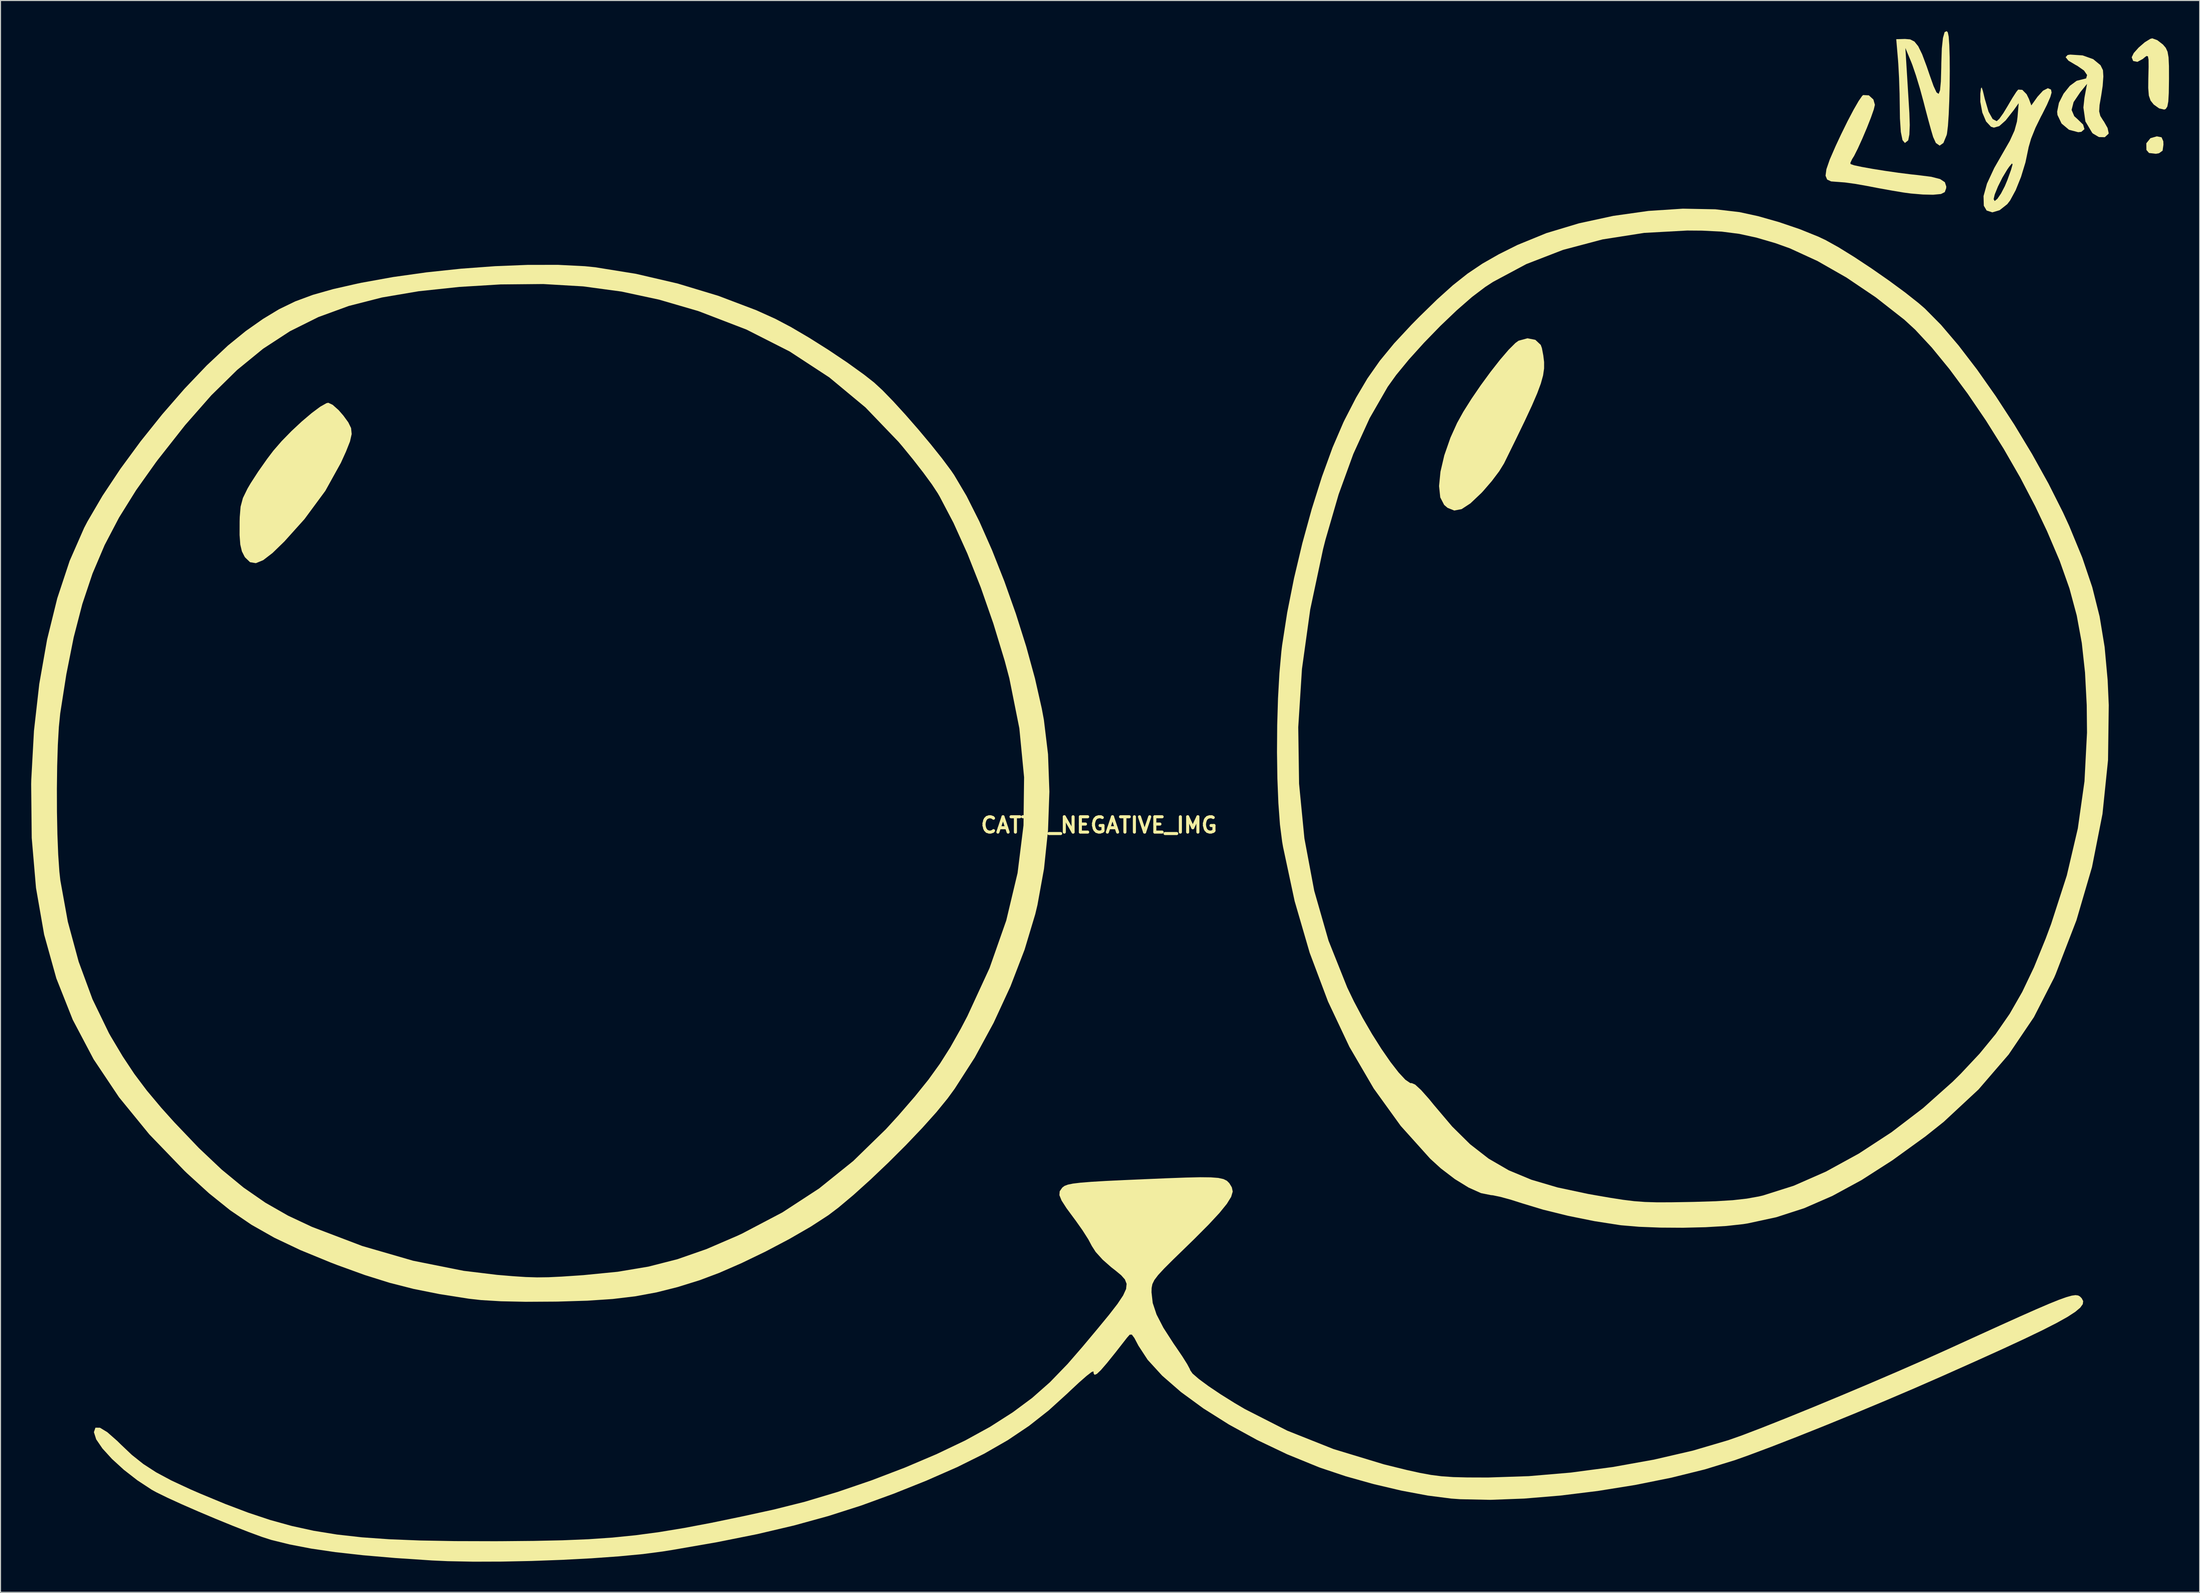
<source format=kicad_pcb>
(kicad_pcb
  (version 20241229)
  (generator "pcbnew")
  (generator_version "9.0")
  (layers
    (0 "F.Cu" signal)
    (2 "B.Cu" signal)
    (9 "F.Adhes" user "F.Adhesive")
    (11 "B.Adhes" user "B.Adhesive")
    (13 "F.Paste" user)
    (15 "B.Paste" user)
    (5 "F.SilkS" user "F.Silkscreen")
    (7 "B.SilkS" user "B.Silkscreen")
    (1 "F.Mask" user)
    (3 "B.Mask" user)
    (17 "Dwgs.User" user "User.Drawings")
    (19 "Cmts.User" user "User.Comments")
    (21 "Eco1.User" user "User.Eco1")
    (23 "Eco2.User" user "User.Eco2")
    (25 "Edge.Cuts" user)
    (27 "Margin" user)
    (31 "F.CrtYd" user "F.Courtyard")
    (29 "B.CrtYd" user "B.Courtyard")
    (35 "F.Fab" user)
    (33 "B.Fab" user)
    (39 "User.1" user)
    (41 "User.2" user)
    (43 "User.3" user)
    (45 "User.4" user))
  (footprint "CATTO_NEGATIVE_IMG"
    (layer "F.Cu")
    (at 104.496 77.713)
    (property "Reference" "CATTO_NEGATIVE_IMG" (at 0 0 0) (layer "F.SilkS") (effects (font (size 1.5 1.5) (thickness 0.3))))
    (attr board_only exclude_from_pos_files exclude_from_bom)
    (fp_poly (pts (xy 103.984 -67.325) (xy 104.153 -66.937) (xy 104.167 -66.607) (xy 104.085 -66.015) (xy 103.735 -65.765) (xy 103.422 -65.711) (xy 102.756 -65.788) (xy 102.501 -66.086) (xy 102.491 -66.739) (xy 102.894 -67.238) (xy 103.521 -67.418)) (stroke (width 0) (type solid)) (fill yes) (layer "F.SilkS"))
    (fp_poly (pts (xy 103.568 -76.83) (xy 104.121 -76.403) (xy 104.394 -76.082) (xy 104.569 -75.703) (xy 104.667 -75.146) (xy 104.707 -74.291) (xy 104.71 -73.02) (xy 104.709 -72.96) (xy 104.69 -71.671) (xy 104.642 -70.827) (xy 104.548 -70.335) (xy 104.395 -70.1) (xy 104.244 -70.038) (xy 103.745 -70.153) (xy 103.215 -70.532) (xy 102.905 -70.921) (xy 102.737 -71.408) (xy 102.678 -72.151) (xy 102.687 -73.048) (xy 102.715 -74.215) (xy 102.709 -74.922) (xy 102.647 -75.251) (xy 102.507 -75.283) (xy 102.266 -75.098) (xy 102.157 -74.999) (xy 101.621 -74.708) (xy 101.201 -74.794) (xy 101.06 -75.156) (xy 101.259 -75.568) (xy 101.744 -76.112) (xy 102.343 -76.629) (xy 102.884 -76.962) (xy 103.078 -77.011)) (stroke (width 0) (type solid)) (fill yes) (layer "F.SilkS"))
    (fp_poly (pts (xy -74.992 -41.141) (xy -74.406 -40.62) (xy -73.944 -40.088) (xy -73.462 -39.427) (xy -73.189 -38.865) (xy -73.131 -38.281) (xy -73.295 -37.554) (xy -73.688 -36.563) (xy -74.186 -35.464) (xy -75.708 -32.72) (xy -77.745 -29.959) (xy -79.714 -27.767) (xy -80.877 -26.638) (xy -81.79 -25.937) (xy -82.506 -25.643) (xy -83.078 -25.738) (xy -83.558 -26.2) (xy -83.615 -26.284) (xy -83.875 -26.8) (xy -84.032 -27.464) (xy -84.101 -28.397) (xy -84.097 -29.715) (xy -84.086 -30.147) (xy -84.003 -31.168) (xy -83.776 -32.019) (xy -83.326 -32.942) (xy -83.023 -33.458) (xy -82.279 -34.608) (xy -81.406 -35.848) (xy -80.794 -36.655) (xy -79.986 -37.586) (xy -79.031 -38.564) (xy -78.021 -39.506) (xy -77.05 -40.33) (xy -76.212 -40.956) (xy -75.6 -41.301) (xy -75.419 -41.343)) (stroke (width 0) (type solid)) (fill yes) (layer "F.SilkS"))
    (fp_poly (pts (xy 42.704 -47.5) (xy 43.23 -47.006) (xy 43.345 -46.689) (xy 43.481 -45.972) (xy 43.559 -45.328) (xy 43.558 -44.697) (xy 43.459 -44.016) (xy 43.24 -43.224) (xy 42.881 -42.258) (xy 42.363 -41.056) (xy 41.664 -39.556) (xy 40.765 -37.697) (xy 39.644 -35.417) (xy 39.64 -35.408) (xy 39.163 -34.634) (xy 38.435 -33.67) (xy 37.597 -32.699) (xy 37.413 -32.503) (xy 36.349 -31.496) (xy 35.489 -30.933) (xy 34.766 -30.794) (xy 34.111 -31.057) (xy 33.777 -31.345) (xy 33.396 -32.08) (xy 33.28 -33.192) (xy 33.417 -34.593) (xy 33.792 -36.199) (xy 34.392 -37.922) (xy 35.042 -39.361) (xy 35.653 -40.463) (xy 36.45 -41.726) (xy 37.361 -43.059) (xy 38.318 -44.366) (xy 39.249 -45.554) (xy 40.084 -46.528) (xy 40.753 -47.195) (xy 41.063 -47.417) (xy 41.931 -47.653)) (stroke (width 0) (type solid)) (fill yes) (layer "F.SilkS"))
    (fp_poly (pts (xy 75.34 -71.43) (xy 75.784 -71.024) (xy 75.93 -70.506) (xy 75.823 -70.052) (xy 75.543 -69.254) (xy 75.15 -68.256) (xy 74.703 -67.201) (xy 74.264 -66.234) (xy 73.893 -65.496) (xy 73.697 -65.182) (xy 73.526 -64.814) (xy 73.556 -64.703) (xy 73.889 -64.588) (xy 74.64 -64.427) (xy 75.691 -64.238) (xy 76.924 -64.041) (xy 78.222 -63.854) (xy 79.465 -63.698) (xy 80.118 -63.628) (xy 81.449 -63.459) (xy 82.312 -63.237) (xy 82.777 -62.929) (xy 82.917 -62.503) (xy 82.904 -62.333) (xy 82.767 -61.959) (xy 82.396 -61.774) (xy 81.642 -61.704) (xy 81.604 -61.703) (xy 80.629 -61.724) (xy 79.453 -61.823) (xy 78.767 -61.914) (xy 77.627 -62.104) (xy 76.275 -62.348) (xy 75.158 -62.563) (xy 74.041 -62.761) (xy 73.006 -62.904) (xy 72.274 -62.96) (xy 72.263 -62.96) (xy 71.644 -63.007) (xy 71.255 -63.19) (xy 71.1 -63.567) (xy 71.184 -64.2) (xy 71.512 -65.149) (xy 72.088 -66.472) (xy 72.618 -67.605) (xy 73.257 -68.906) (xy 73.848 -70.028) (xy 74.34 -70.881) (xy 74.683 -71.376) (xy 74.781 -71.46)) (stroke (width 0) (type solid)) (fill yes) (layer "F.SilkS"))
    (fp_poly (pts (xy 96.262 -75.34) (xy 97.291 -74.974) (xy 98.008 -74.384) (xy 98.248 -73.895) (xy 98.287 -73.283) (xy 98.22 -72.357) (xy 98.083 -71.447) (xy 97.915 -70.477) (xy 97.878 -69.859) (xy 97.99 -69.414) (xy 98.27 -68.966) (xy 98.345 -68.864) (xy 98.701 -68.236) (xy 98.808 -67.731) (xy 98.793 -67.67) (xy 98.427 -67.334) (xy 97.852 -67.347) (xy 97.261 -67.696) (xy 97.187 -67.773) (xy 96.529 -68.878) (xy 96.334 -70.24) (xy 96.438 -71.204) (xy 96.689 -72.552) (xy 96.031 -71.741) (xy 95.374 -70.768) (xy 95.179 -70.004) (xy 95.441 -69.388) (xy 95.751 -69.11) (xy 96.307 -68.569) (xy 96.437 -68.122) (xy 96.133 -67.859) (xy 95.827 -67.823) (xy 94.925 -68.061) (xy 94.196 -68.672) (xy 93.797 -69.506) (xy 93.764 -69.829) (xy 93.939 -70.698) (xy 94.392 -71.593) (xy 95.008 -72.363) (xy 95.677 -72.856) (xy 96.082 -72.957) (xy 96.601 -73.088) (xy 96.695 -73.419) (xy 96.393 -73.861) (xy 95.727 -74.327) (xy 95.588 -74.398) (xy 94.868 -74.827) (xy 94.594 -75.168) (xy 94.789 -75.379) (xy 95.047 -75.42)) (stroke (width 0) (type solid)) (fill yes) (layer "F.SilkS"))
    (fp_poly (pts (xy 83.066 -77.591) (xy 83.152 -77.178) (xy 83.211 -76.336) (xy 83.246 -75.175) (xy 83.256 -73.805) (xy 83.243 -72.338) (xy 83.208 -70.883) (xy 83.153 -69.551) (xy 83.079 -68.453) (xy 82.987 -67.698) (xy 82.953 -67.546) (xy 82.635 -66.771) (xy 82.267 -66.51) (xy 81.895 -66.77) (xy 81.63 -67.351) (xy 81.438 -67.999) (xy 81.161 -69.003) (xy 80.846 -70.192) (xy 80.691 -70.796) (xy 80.337 -72.094) (xy 79.951 -73.366) (xy 79.597 -74.404) (xy 79.476 -74.714) (xy 78.913 -76.065) (xy 79.037 -74.038) (xy 79.118 -72.723) (xy 79.212 -71.191) (xy 79.299 -69.765) (xy 79.303 -69.715) (xy 79.341 -68.527) (xy 79.303 -67.596) (xy 79.196 -67.054) (xy 79.173 -67.013) (xy 78.866 -66.768) (xy 78.63 -67.05) (xy 78.467 -67.851) (xy 78.381 -69.162) (xy 78.366 -70.147) (xy 78.345 -71.606) (xy 78.294 -73.142) (xy 78.221 -74.495) (xy 78.191 -74.901) (xy 78.019 -76.926) (xy 78.872 -76.951) (xy 79.383 -76.908) (xy 79.799 -76.696) (xy 80.171 -76.237) (xy 80.553 -75.454) (xy 80.997 -74.269) (xy 81.285 -73.425) (xy 81.672 -72.338) (xy 81.962 -71.717) (xy 82.168 -71.576) (xy 82.305 -71.929) (xy 82.386 -72.79) (xy 82.425 -74.174) (xy 82.43 -74.579) (xy 82.479 -76.019) (xy 82.59 -77.046) (xy 82.753 -77.623) (xy 82.963 -77.713)) (stroke (width 0) (type solid)) (fill yes) (layer "F.SilkS"))
    (fp_poly (pts (xy 86.494 -71.876) (xy 86.684 -71.084) (xy 87.053 -69.831) (xy 87.457 -69.108) (xy 87.85 -68.904) (xy 88.095 -69.122) (xy 88.499 -69.689) (xy 88.923 -70.39) (xy 89.389 -71.183) (xy 89.766 -71.766) (xy 89.952 -71.994) (xy 90.356 -71.97) (xy 90.778 -71.539) (xy 91.001 -71.086) (xy 91.238 -70.446) (xy 91.844 -71.296) (xy 92.382 -71.887) (xy 92.855 -72.131) (xy 93.162 -71.998) (xy 93.223 -71.707) (xy 93.1 -71.273) (xy 92.772 -70.516) (xy 92.304 -69.581) (xy 92.176 -69.343) (xy 91.645 -68.26) (xy 91.214 -67.187) (xy 90.969 -66.339) (xy 90.956 -66.262) (xy 90.664 -64.868) (xy 90.228 -63.442) (xy 89.707 -62.147) (xy 89.162 -61.141) (xy 88.883 -60.779) (xy 88.136 -60.189) (xy 87.425 -59.979) (xy 86.864 -60.157) (xy 86.588 -60.626) (xy 86.57 -61.272) (xy 87.549 -61.272) (xy 87.651 -61.087) (xy 87.913 -61.3) (xy 88.267 -61.816) (xy 88.645 -62.543) (xy 88.89 -63.129) (xy 89.252 -64.136) (xy 89.403 -64.672) (xy 89.342 -64.764) (xy 89.07 -64.439) (xy 88.887 -64.176) (xy 88.411 -63.384) (xy 87.972 -62.508) (xy 87.657 -61.732) (xy 87.549 -61.272) (xy 86.57 -61.272) (xy 86.561 -61.571) (xy 86.899 -62.793) (xy 87.611 -64.325) (xy 88.39 -65.683) (xy 89.13 -66.972) (xy 89.59 -67.982) (xy 89.83 -68.856) (xy 89.888 -69.31) (xy 90 -70.661) (xy 89.518 -69.985) (xy 88.726 -68.976) (xy 88.098 -68.418) (xy 87.575 -68.27) (xy 87.29 -68.358) (xy 86.809 -68.874) (xy 86.442 -69.746) (xy 86.246 -70.795) (xy 86.248 -71.606) (xy 86.309 -72.108) (xy 86.379 -72.212)) (stroke (width 0) (type solid)) (fill yes) (layer "F.SilkS"))
    (fp_poly (pts (xy 60.318 -60.278) (xy 62.689 -60.001) (xy 64.506 -59.605) (xy 66.539 -59.027) (xy 68.572 -58.336) (xy 70.387 -57.604) (xy 71.108 -57.263) (xy 72.368 -56.563) (xy 73.909 -55.609) (xy 75.597 -54.493) (xy 77.299 -53.307) (xy 78.88 -52.144) (xy 80.207 -51.095) (xy 80.821 -50.564) (xy 82.399 -48.969) (xy 84.117 -46.953) (xy 85.923 -44.597) (xy 87.76 -41.986) (xy 89.574 -39.2) (xy 91.311 -36.323) (xy 92.915 -33.436) (xy 94.332 -30.622) (xy 94.945 -29.288) (xy 96.221 -26.195) (xy 97.202 -23.29) (xy 97.921 -20.421) (xy 98.412 -17.437) (xy 98.708 -14.184) (xy 98.816 -11.754) (xy 98.744 -6.362) (xy 98.202 -1.097) (xy 97.176 4.105) (xy 95.653 9.309) (xy 93.621 14.579) (xy 93.47 14.929) (xy 91.49 18.795) (xy 89.021 22.446) (xy 86.075 25.866) (xy 82.664 29.04) (xy 80.878 30.462) (xy 77.63 32.81) (xy 74.615 34.742) (xy 71.764 36.291) (xy 69.008 37.491) (xy 66.279 38.374) (xy 63.509 38.974) (xy 63.028 39.051) (xy 61.379 39.232) (xy 59.366 39.35) (xy 57.16 39.403) (xy 54.934 39.39) (xy 52.86 39.31) (xy 51.109 39.162) (xy 50.961 39.143) (xy 48.482 38.757) (xy 45.907 38.237) (xy 43.451 37.63) (xy 41.427 37.017) (xy 40.293 36.656) (xy 39.277 36.379) (xy 38.541 36.226) (xy 38.348 36.209) (xy 37.379 36.013) (xy 36.168 35.469) (xy 34.823 34.641) (xy 33.451 33.593) (xy 32.409 32.643) (xy 29.525 29.433) (xy 26.884 25.772) (xy 24.507 21.701) (xy 22.412 17.261) (xy 20.619 12.492) (xy 19.146 7.434) (xy 18.012 2.129) (xy 17.924 1.621) (xy 17.71 -0.054) (xy 17.555 -2.15) (xy 17.458 -4.55) (xy 17.42 -7.137) (xy 17.438 -9.593) (xy 19.5 -9.593) (xy 19.58 -4.055) (xy 20.102 1.294) (xy 21.064 6.424) (xy 22.463 11.303) (xy 24.297 15.898) (xy 24.944 17.242) (xy 25.805 18.867) (xy 26.72 20.443) (xy 27.642 21.902) (xy 28.525 23.178) (xy 29.32 24.204) (xy 29.982 24.916) (xy 30.464 25.245) (xy 30.614 25.249) (xy 30.942 25.392) (xy 31.523 25.928) (xy 32.301 26.803) (xy 32.769 27.378) (xy 34.56 29.492) (xy 36.318 31.23) (xy 38.135 32.643) (xy 40.104 33.784) (xy 42.317 34.704) (xy 44.866 35.456) (xy 47.843 36.09) (xy 48.451 36.199) (xy 50.021 36.47) (xy 51.282 36.667) (xy 52.371 36.801) (xy 53.422 36.88) (xy 54.572 36.914) (xy 55.956 36.912) (xy 57.711 36.883) (xy 58.231 36.873) (xy 60.339 36.809) (xy 62.024 36.706) (xy 63.401 36.552) (xy 64.587 36.338) (xy 64.986 36.244) (xy 67.987 35.292) (xy 71.139 33.908) (xy 74.356 32.145) (xy 77.552 30.057) (xy 80.64 27.697) (xy 83.533 25.118) (xy 84.324 24.336) (xy 86.171 22.367) (xy 87.747 20.446) (xy 89.118 18.467) (xy 90.347 16.323) (xy 91.499 13.907) (xy 92.638 11.113) (xy 93.178 9.664) (xy 94.708 4.931) (xy 95.788 0.324) (xy 96.44 -4.293) (xy 96.687 -9.058) (xy 96.659 -11.754) (xy 96.492 -14.948) (xy 96.177 -17.83) (xy 95.681 -20.527) (xy 94.97 -23.166) (xy 94.012 -25.874) (xy 92.773 -28.779) (xy 91.618 -31.21) (xy 90.153 -34.02) (xy 88.527 -36.844) (xy 86.794 -39.607) (xy 85.008 -42.23) (xy 83.224 -44.637) (xy 81.494 -46.751) (xy 79.872 -48.495) (xy 78.813 -49.47) (xy 76.011 -51.665) (xy 73.147 -53.598) (xy 70.316 -55.214) (xy 67.614 -56.455) (xy 66.202 -56.961) (xy 64.335 -57.507) (xy 62.648 -57.875) (xy 60.947 -58.093) (xy 59.037 -58.189) (xy 57.555 -58.199) (xy 53.35 -57.968) (xy 49.278 -57.33) (xy 45.409 -56.305) (xy 41.814 -54.913) (xy 38.564 -53.174) (xy 37.798 -52.676) (xy 36.503 -51.695) (xy 35.002 -50.384) (xy 33.401 -48.855) (xy 31.809 -47.216) (xy 30.332 -45.58) (xy 29.08 -44.056) (xy 28.255 -42.905) (xy 26.487 -39.833) (xy 24.889 -36.331) (xy 23.45 -32.37) (xy 22.158 -27.919) (xy 21.93 -27.021) (xy 20.672 -21.108) (xy 19.863 -15.288) (xy 19.5 -9.593) (xy 17.438 -9.593) (xy 17.44 -9.794) (xy 17.518 -12.405) (xy 17.655 -14.853) (xy 17.85 -17.021) (xy 17.92 -17.599) (xy 18.418 -20.807) (xy 19.088 -24.176) (xy 19.899 -27.591) (xy 20.819 -30.937) (xy 21.816 -34.099) (xy 22.858 -36.964) (xy 23.914 -39.417) (xy 24.033 -39.663) (xy 25.158 -41.845) (xy 26.271 -43.725) (xy 27.477 -45.445) (xy 28.875 -47.146) (xy 30.57 -48.969) (xy 31.331 -49.741) (xy 33.09 -51.458) (xy 34.629 -52.843) (xy 36.068 -53.982) (xy 37.526 -54.963) (xy 39.122 -55.873) (xy 40.946 -56.786) (xy 43.788 -57.948) (xy 46.96 -58.903) (xy 50.331 -59.634) (xy 53.769 -60.119) (xy 57.141 -60.34)) (stroke (width 0) (type solid)) (fill yes) (layer "F.SilkS"))
    (fp_poly (pts (xy -50.313 -54.709) (xy -49.296 -54.605) (xy -45.304 -53.961) (xy -41.235 -53.014) (xy -37.259 -51.812) (xy -33.543 -50.403) (xy -31.666 -49.555) (xy -30.147 -48.754) (xy -28.366 -47.708) (xy -26.476 -46.516) (xy -24.632 -45.279) (xy -22.988 -44.095) (xy -22.006 -43.323) (xy -21.186 -42.567) (xy -20.132 -41.481) (xy -18.933 -40.168) (xy -17.679 -38.731) (xy -16.458 -37.273) (xy -15.36 -35.898) (xy -14.473 -34.708) (xy -14.176 -34.273) (xy -12.961 -32.222) (xy -11.711 -29.736) (xy -10.466 -26.919) (xy -9.261 -23.871) (xy -8.134 -20.695) (xy -7.123 -17.492) (xy -6.265 -14.364) (xy -5.597 -11.413) (xy -5.392 -10.309) (xy -4.986 -6.942) (xy -4.854 -3.28) (xy -4.987 0.511) (xy -5.379 4.265) (xy -6.022 7.815) (xy -6.237 8.714) (xy -7.28 12.185) (xy -8.663 15.782) (xy -10.313 19.352) (xy -12.156 22.742) (xy -14.12 25.798) (xy -14.815 26.75) (xy -15.904 28.086) (xy -17.299 29.642) (xy -18.903 31.325) (xy -20.622 33.039) (xy -22.36 34.692) (xy -24.019 36.189) (xy -25.505 37.436) (xy -26.481 38.175) (xy -28.221 39.305) (xy -30.319 40.515) (xy -32.616 41.725) (xy -34.953 42.854) (xy -37.172 43.823) (xy -39.081 44.54) (xy -41.248 45.213) (xy -43.302 45.73) (xy -45.371 46.112) (xy -47.584 46.377) (xy -50.066 46.543) (xy -52.947 46.63) (xy -53.232 46.634) (xy -56.127 46.65) (xy -58.528 46.6) (xy -60.475 46.483) (xy -61.677 46.348) (xy -64.534 45.898) (xy -67.056 45.395) (xy -69.434 44.788) (xy -71.858 44.027) (xy -74.516 43.064) (xy -75.219 42.793) (xy -78.158 41.586) (xy -80.689 40.385) (xy -82.938 39.111) (xy -85.031 37.686) (xy -87.092 36.031) (xy -89.249 34.066) (xy -89.495 33.829) (xy -92.938 30.259) (xy -95.896 26.636) (xy -98.386 22.914) (xy -100.426 19.049) (xy -102.033 14.995) (xy -103.227 10.708) (xy -104.023 6.141) (xy -104.441 1.25) (xy -104.492 -3.568) (xy -101.979 -3.568) (xy -101.972 -1.301) (xy -101.929 0.888) (xy -101.85 2.877) (xy -101.736 4.542) (xy -101.641 5.404) (xy -100.91 9.443) (xy -99.848 13.362) (xy -98.493 17.04) (xy -96.886 20.355) (xy -96.707 20.672) (xy -95.537 22.633) (xy -94.4 24.347) (xy -93.178 25.974) (xy -91.752 27.674) (xy -90.476 29.093) (xy -88.077 31.606) (xy -85.851 33.71) (xy -83.713 35.47) (xy -81.575 36.952) (xy -79.353 38.221) (xy -77.011 39.32) (xy -72.095 41.19) (xy -67.118 42.632) (xy -62.179 43.618) (xy -58.906 44.015) (xy -57.35 44.145) (xy -56.1 44.227) (xy -54.995 44.261) (xy -53.876 44.247) (xy -52.581 44.185) (xy -50.951 44.077) (xy -50.446 44.041) (xy -47.095 43.711) (xy -44.092 43.208) (xy -41.257 42.484) (xy -38.414 41.493) (xy -35.384 40.188) (xy -34.92 39.971) (xy -30.98 37.901) (xy -27.394 35.562) (xy -24.053 32.874) (xy -20.854 29.757) (xy -19.637 28.425) (xy -18.016 26.553) (xy -16.692 24.909) (xy -15.569 23.351) (xy -14.546 21.737) (xy -13.527 19.926) (xy -12.879 18.69) (xy -10.711 13.989) (xy -9.075 9.331) (xy -7.968 4.686) (xy -7.388 0.023) (xy -7.33 -4.688) (xy -7.793 -9.476) (xy -8.772 -14.371) (xy -9.225 -16.078) (xy -10.336 -19.73) (xy -11.569 -23.267) (xy -12.883 -26.587) (xy -14.238 -29.586) (xy -15.592 -32.164) (xy -15.779 -32.486) (xy -16.35 -33.353) (xy -17.185 -34.494) (xy -18.185 -35.781) (xy -19.252 -37.086) (xy -19.63 -37.53) (xy -22.851 -40.884) (xy -26.388 -43.822) (xy -30.263 -46.358) (xy -34.497 -48.507) (xy -39.113 -50.281) (xy -39.316 -50.348) (xy -43.055 -51.437) (xy -46.739 -52.228) (xy -50.477 -52.733) (xy -54.379 -52.962) (xy -58.555 -52.926) (xy -62.607 -52.679) (xy -66.585 -52.256) (xy -70.167 -51.647) (xy -73.417 -50.816) (xy -76.397 -49.727) (xy -79.17 -48.345) (xy -81.797 -46.632) (xy -84.341 -44.553) (xy -86.865 -42.073) (xy -89.431 -39.153) (xy -92.102 -35.76) (xy -92.272 -35.534) (xy -94.228 -32.783) (xy -95.895 -30.107) (xy -97.305 -27.417) (xy -98.492 -24.626) (xy -99.49 -21.645) (xy -100.334 -18.386) (xy -101.055 -14.761) (xy -101.652 -10.944) (xy -101.787 -9.6) (xy -101.887 -7.841) (xy -101.951 -5.789) (xy -101.979 -3.568) (xy -104.492 -3.568) (xy -104.496 -4.01) (xy -104.485 -4.459) (xy -104.222 -9.237) (xy -103.702 -13.828) (xy -102.937 -18.172) (xy -101.942 -22.206) (xy -100.73 -25.869) (xy -99.313 -29.099) (xy -98.987 -29.723) (xy -97.517 -32.236) (xy -95.758 -34.882) (xy -93.784 -37.57) (xy -91.67 -40.21) (xy -89.492 -42.713) (xy -87.324 -44.987) (xy -85.241 -46.943) (xy -83.496 -48.362) (xy -81.812 -49.546) (xy -80.241 -50.496) (xy -78.655 -51.265) (xy -76.927 -51.905) (xy -74.931 -52.47) (xy -72.54 -53.013) (xy -72.168 -53.09) (xy -69.087 -53.647) (xy -65.805 -54.108) (xy -62.436 -54.465) (xy -59.09 -54.711) (xy -55.88 -54.839) (xy -52.917 -54.84)) (stroke (width 0) (type solid)) (fill yes) (layer "F.SilkS"))
    (fp_poly (pts (xy 10.937 34.47) (xy 11.674 34.527) (xy 12.181 34.638) (xy 12.52 34.807) (xy 12.753 35.04) (xy 12.941 35.345) (xy 13.006 35.465) (xy 13.088 35.863) (xy 12.934 36.382) (xy 12.513 37.064) (xy 11.794 37.951) (xy 10.743 39.083) (xy 9.329 40.503) (xy 8.468 41.342) (xy 7.257 42.518) (xy 6.381 43.392) (xy 5.787 44.035) (xy 5.421 44.519) (xy 5.227 44.915) (xy 5.151 45.296) (xy 5.14 45.723) (xy 5.259 46.768) (xy 5.633 47.894) (xy 6.304 49.193) (xy 7.313 50.759) (xy 7.542 51.088) (xy 8.159 51.998) (xy 8.635 52.756) (xy 8.896 53.245) (xy 8.925 53.342) (xy 9.154 53.672) (xy 9.779 54.213) (xy 10.725 54.911) (xy 11.917 55.712) (xy 13.279 56.563) (xy 14.284 57.154) (xy 18.43 59.266) (xy 22.956 61.066) (xy 27.897 62.565) (xy 30.129 63.115) (xy 31.405 63.397) (xy 32.493 63.597) (xy 33.534 63.729) (xy 34.671 63.807) (xy 36.044 63.842) (xy 37.794 63.847) (xy 38.1 63.847) (xy 42.049 63.717) (xy 46.151 63.369) (xy 50.28 62.822) (xy 54.31 62.098) (xy 58.116 61.217) (xy 61.571 60.2) (xy 62.896 59.734) (xy 64.87 58.98) (xy 67.223 58.046) (xy 69.845 56.98) (xy 72.625 55.827) (xy 75.45 54.635) (xy 78.21 53.45) (xy 80.793 52.318) (xy 83.045 51.306) (xy 85.846 50.028) (xy 88.197 48.959) (xy 90.14 48.083) (xy 91.717 47.384) (xy 92.969 46.847) (xy 93.938 46.456) (xy 94.666 46.195) (xy 95.194 46.048) (xy 95.565 45.998) (xy 95.819 46.032) (xy 95.999 46.132) (xy 96.146 46.282) (xy 96.176 46.318) (xy 96.313 46.584) (xy 96.274 46.881) (xy 96.027 47.224) (xy 95.541 47.633) (xy 94.784 48.126) (xy 93.723 48.719) (xy 92.326 49.431) (xy 90.562 50.28) (xy 88.399 51.283) (xy 85.803 52.458) (xy 82.744 53.824) (xy 82.469 53.946) (xy 79.768 55.128) (xy 76.906 56.349) (xy 73.982 57.57) (xy 71.091 58.751) (xy 68.331 59.854) (xy 65.799 60.839) (xy 63.59 61.666) (xy 62.243 62.147) (xy 59.291 63.055) (xy 55.989 63.872) (xy 52.454 64.582) (xy 48.802 65.168) (xy 45.148 65.617) (xy 41.609 65.911) (xy 38.3 66.035) (xy 35.336 65.973) (xy 34.472 65.911) (xy 32.18 65.618) (xy 29.578 65.129) (xy 26.842 64.485) (xy 24.148 63.728) (xy 21.672 62.899) (xy 21.482 62.828) (xy 18.409 61.573) (xy 15.469 60.172) (xy 12.72 58.665) (xy 10.218 57.088) (xy 8.02 55.481) (xy 6.182 53.881) (xy 4.761 52.327) (xy 3.859 50.946) (xy 3.463 50.195) (xy 3.211 49.859) (xy 3.004 49.871) (xy 2.745 50.164) (xy 2.737 50.175) (xy 1.616 51.611) (xy 0.778 52.652) (xy 0.184 53.339) (xy -0.206 53.708) (xy -0.429 53.801) (xy -0.527 53.656) (xy -0.54 53.462) (xy -0.72 53.522) (xy -1.213 53.904) (xy -1.948 54.548) (xy -2.856 55.394) (xy -3.089 55.618) (xy -4.925 57.285) (xy -6.845 58.795) (xy -8.926 60.194) (xy -11.242 61.524) (xy -13.87 62.829) (xy -16.883 64.152) (xy -20.074 65.428) (xy -23.261 66.589) (xy -26.489 67.621) (xy -29.854 68.547) (xy -33.45 69.392) (xy -37.376 70.179) (xy -41.725 70.934) (xy -42.694 71.089) (xy -44.639 71.344) (xy -47.009 71.568) (xy -49.689 71.759) (xy -52.566 71.91) (xy -55.523 72.018) (xy -58.446 72.079) (xy -61.22 72.087) (xy -63.731 72.038) (xy -65.256 71.969) (xy -68.869 71.728) (xy -72.005 71.459) (xy -74.728 71.154) (xy -77.101 70.805) (xy -79.189 70.403) (xy -81.009 69.955) (xy -81.935 69.655) (xy -83.225 69.18) (xy -84.765 68.576) (xy -86.44 67.892) (xy -88.137 67.176) (xy -89.742 66.475) (xy -91.14 65.836) (xy -92.219 65.309) (xy -92.683 65.055) (xy -94.097 64.128) (xy -95.425 63.095) (xy -96.591 62.031) (xy -97.519 61.012) (xy -98.133 60.114) (xy -98.357 59.413) (xy -98.357 59.408) (xy -98.207 58.972) (xy -97.765 58.975) (xy -97.047 59.411) (xy -96.066 60.274) (xy -95.741 60.595) (xy -94.646 61.633) (xy -93.524 62.525) (xy -92.267 63.34) (xy -90.763 64.146) (xy -88.903 65.01) (xy -87.92 65.437) (xy -85.506 66.437) (xy -83.262 67.288) (xy -81.118 68.002) (xy -79.003 68.589) (xy -76.849 69.061) (xy -74.586 69.428) (xy -72.143 69.702) (xy -69.452 69.893) (xy -66.443 70.013) (xy -63.045 70.073) (xy -59.189 70.083) (xy -58.501 70.081) (xy -55.313 70.054) (xy -52.503 69.994) (xy -49.969 69.89) (xy -47.612 69.728) (xy -45.328 69.498) (xy -43.018 69.188) (xy -40.581 68.786) (xy -37.914 68.28) (xy -34.917 67.659) (xy -31.845 66.989) (xy -28.803 66.227) (xy -25.565 65.257) (xy -22.254 64.125) (xy -18.989 62.877) (xy -15.892 61.56) (xy -13.085 60.22) (xy -10.689 58.904) (xy -10.625 58.866) (xy -8.434 57.465) (xy -6.541 56.06) (xy -4.802 54.525) (xy -3.072 52.735) (xy -1.607 51.046) (xy -0.153 49.308) (xy 0.979 47.932) (xy 1.81 46.859) (xy 2.36 46.033) (xy 2.651 45.397) (xy 2.703 44.893) (xy 2.535 44.464) (xy 2.17 44.052) (xy 1.626 43.601) (xy 1.186 43.258) (xy 0.358 42.528) (xy -0.325 41.773) (xy -0.701 41.189) (xy -1.045 40.542) (xy -1.613 39.651) (xy -2.288 38.696) (xy -2.379 38.575) (xy -3.176 37.495) (xy -3.662 36.739) (xy -3.874 36.216) (xy -3.845 35.832) (xy -3.611 35.497) (xy -3.563 35.448) (xy -3.365 35.303) (xy -3.046 35.183) (xy -2.547 35.081) (xy -1.805 34.992) (xy -0.76 34.909) (xy 0.65 34.825) (xy 2.487 34.736) (xy 4.45 34.651) (xy 6.727 34.556) (xy 8.526 34.49) (xy 9.909 34.459)) (stroke (width 0) (type solid)) (fill yes) (layer "F.SilkS")))
  (gr_rect
    (start -3 -3)
    (end 212.206 152.8)
    (stroke (width 0.1) (type default))
    (fill no)
    (layer "Edge.Cuts")))
</source>
